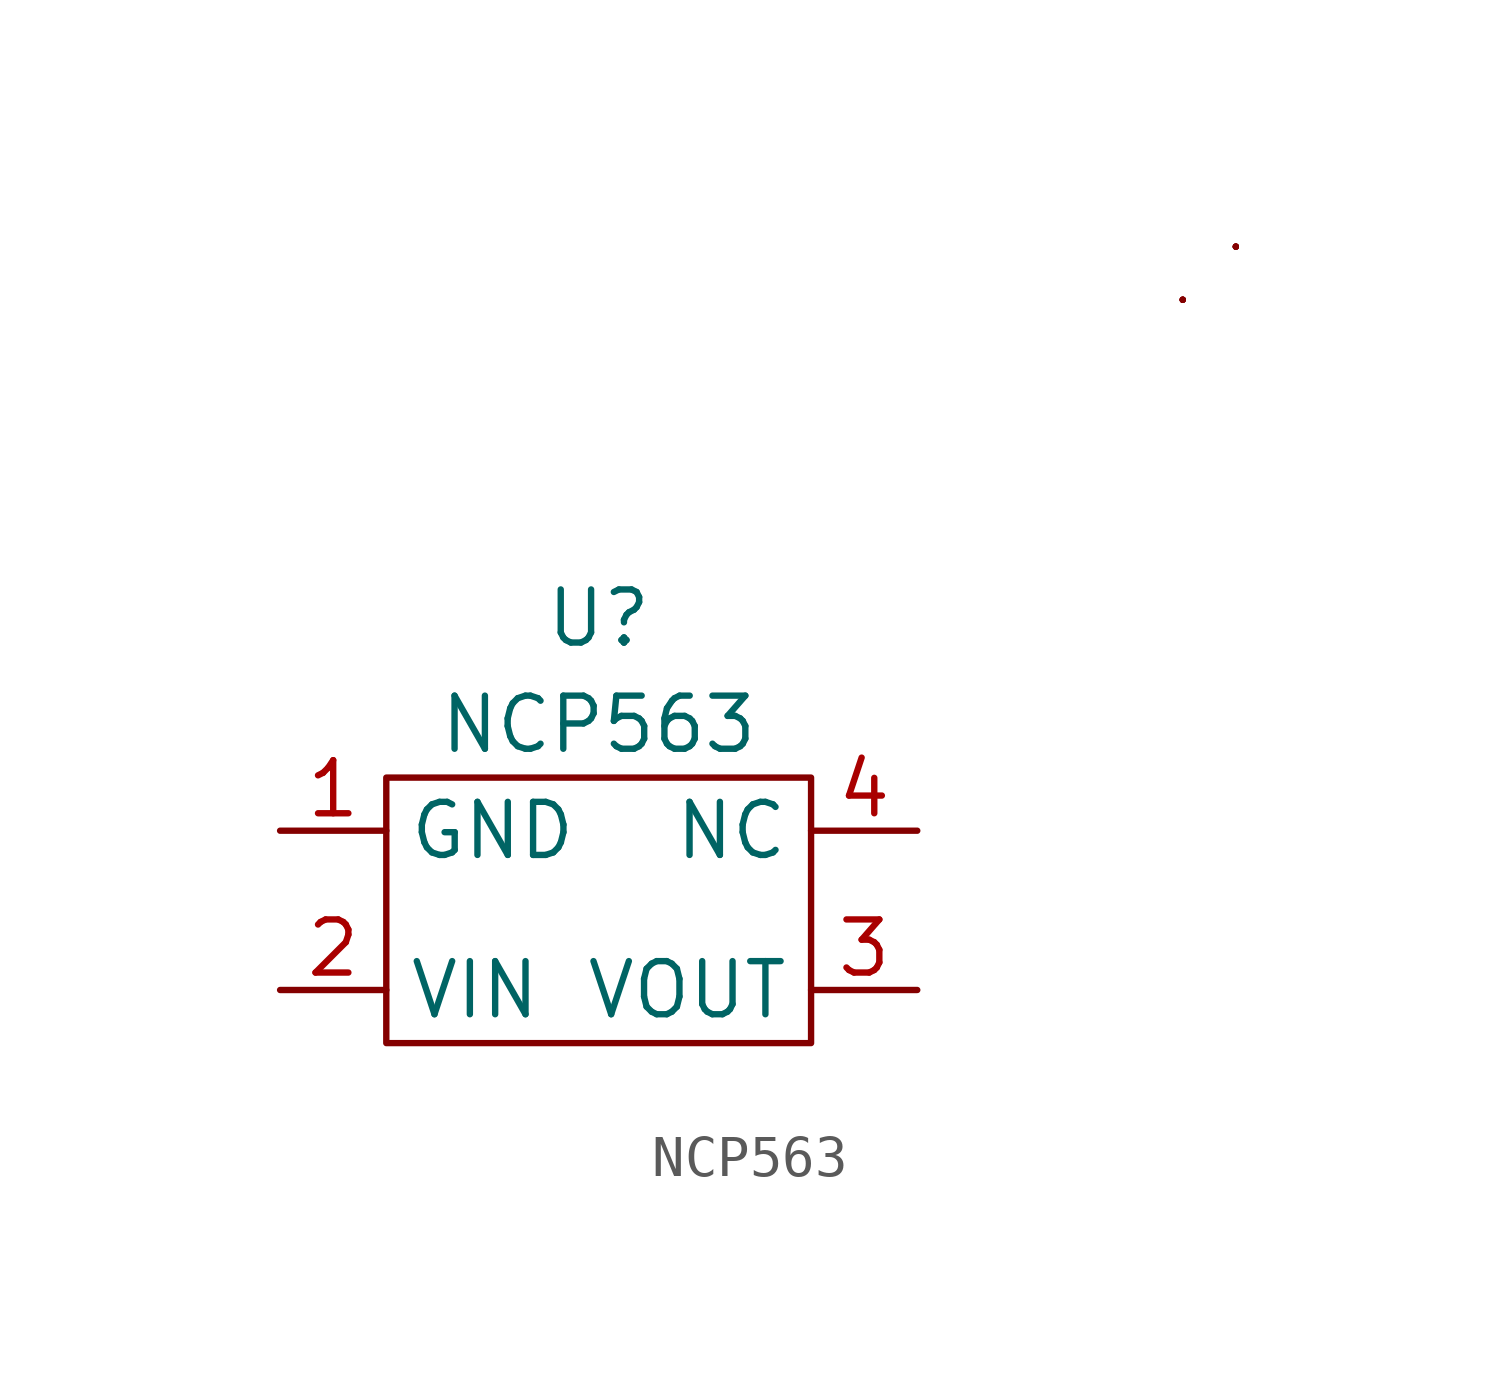
<source format=kicad_sym>
(kicad_symbol_lib
  (version 20211014)
  (generator kicad_symbol_editor)
  (symbol "NCP563"
    (property "Reference" "U"
      (at 0 0 0)
      (effects (font (size 1.27 1.27))))
    (property "Value" "NCP563"
      (at 0 -2.54 0)
      (effects (font (size 1.27 1.27))))
    (symbol "NCP563_0_1"
      (rectangle (start 5.08 -10.16) (end -5.08 -3.81) (stroke (width 0) (type default) (color 0 0 0 0)) (fill (type none)))
      (rectangle (start 13.97 7.62) (end 13.97 7.62) (stroke (width 0) (type default) (color 0 0 0 0)) (fill (type none)))
      (rectangle (start 13.97 7.62) (end 13.97 7.62) (stroke (width 0) (type default) (color 0 0 0 0)) (fill (type none)))
      (rectangle (start 13.97 7.62) (end 13.97 7.62) (stroke (width 0) (type default) (color 0 0 0 0)) (fill (type none)))
      (rectangle (start 13.97 7.62) (end 13.97 7.62) (stroke (width 0) (type default) (color 0 0 0 0)) (fill (type none)))
      (rectangle (start 13.97 7.62) (end 13.97 7.62) (stroke (width 0) (type default) (color 0 0 0 0)) (fill (type none)))
      (rectangle (start 15.24 8.89) (end 15.24 8.89) (stroke (width 0) (type default) (color 0 0 0 0)) (fill (type none)))
      (rectangle (start 15.24 8.89) (end 15.24 8.89) (stroke (width 0) (type default) (color 0 0 0 0)) (fill (type none)))
      (rectangle (start 15.24 8.89) (end 15.24 8.89) (stroke (width 0) (type default) (color 0 0 0 0)) (fill (type none)))
      (rectangle (start 15.24 8.89) (end 15.24 8.89) (stroke (width 0) (type default) (color 0 0 0 0)) (fill (type none)))
      (rectangle (start 15.24 8.89) (end 15.24 8.89) (stroke (width 0) (type default) (color 0 0 0 0)) (fill (type none))))
    (symbol "NCP563_1_1"
      (pin input line (at -7.62 -5.08 0) (length 2.54) (name "GND" (effects (font (size 1.27 1.27)))) (number "1" (effects (font (size 1.27 1.27)))))
      (pin input line (at -7.62 -8.89 0) (length 2.54) (name "VIN" (effects (font (size 1.27 1.27)))) (number "2" (effects (font (size 1.27 1.27)))))
      (pin input line (at 7.62 -8.89 180) (length 2.54) (name "VOUT" (effects (font (size 1.27 1.27)))) (number "3" (effects (font (size 1.27 1.27)))))
      (pin input line (at 7.62 -5.08 180) (length 2.54) (name "NC" (effects (font (size 1.27 1.27)))) (number "4" (effects (font (size 1.27 1.27))))))))
</source>
